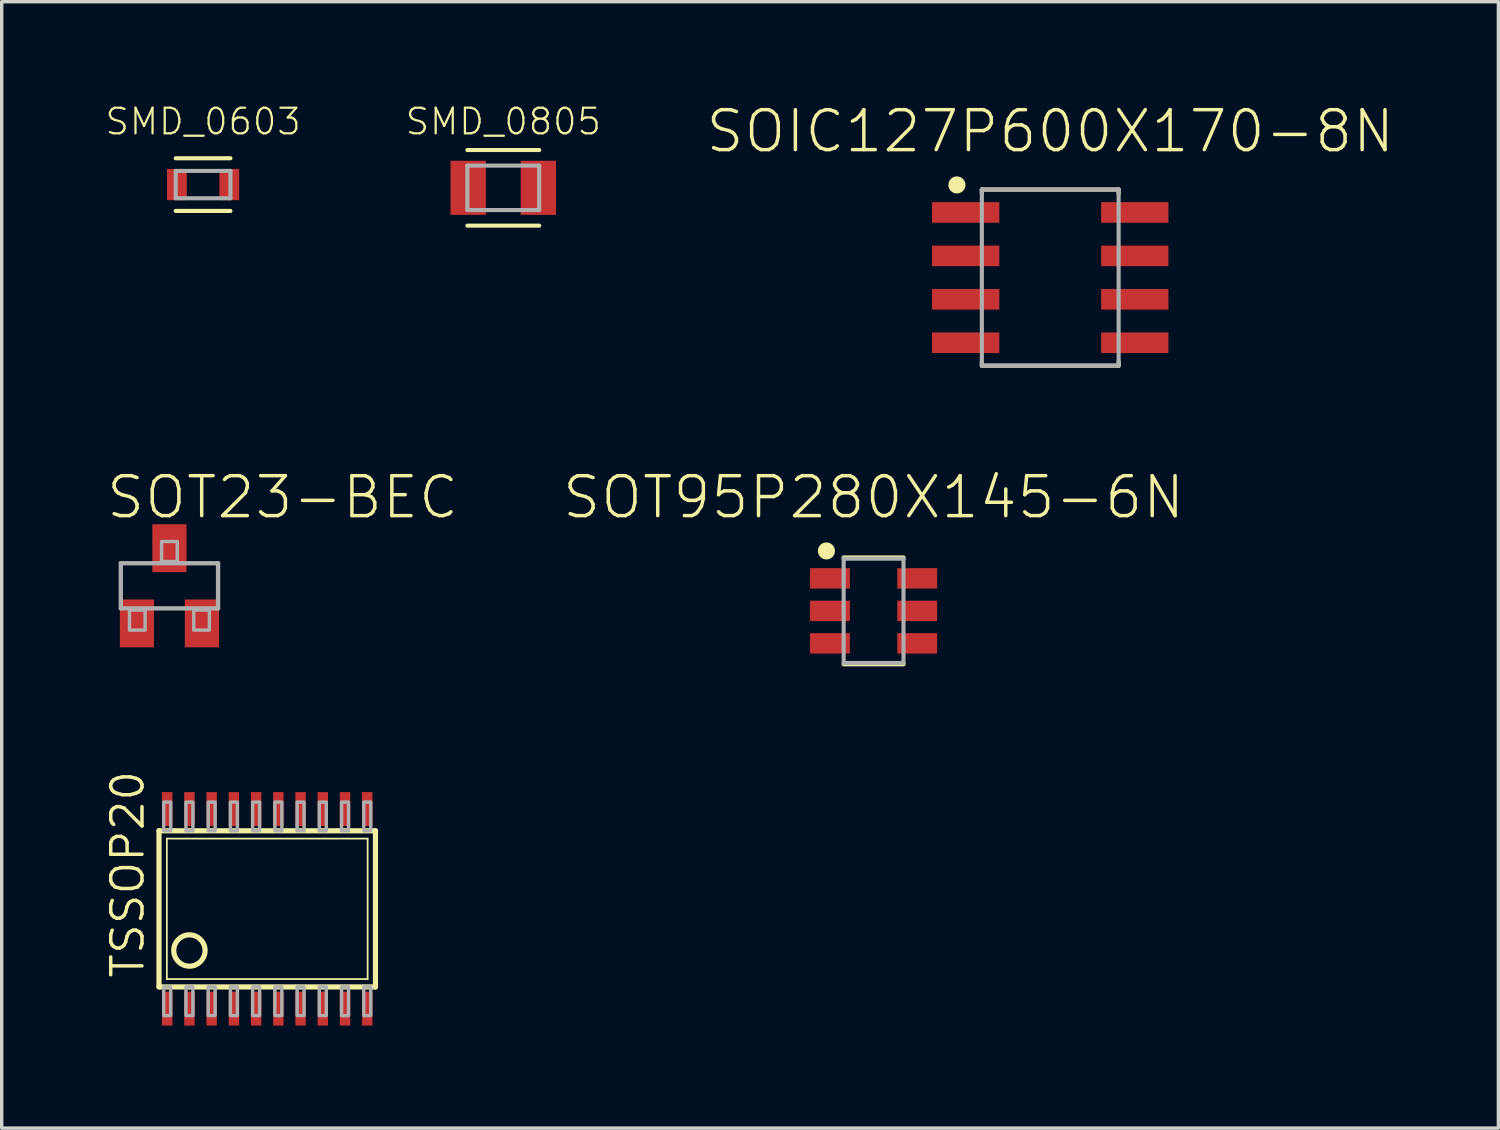
<source format=kicad_pcb>
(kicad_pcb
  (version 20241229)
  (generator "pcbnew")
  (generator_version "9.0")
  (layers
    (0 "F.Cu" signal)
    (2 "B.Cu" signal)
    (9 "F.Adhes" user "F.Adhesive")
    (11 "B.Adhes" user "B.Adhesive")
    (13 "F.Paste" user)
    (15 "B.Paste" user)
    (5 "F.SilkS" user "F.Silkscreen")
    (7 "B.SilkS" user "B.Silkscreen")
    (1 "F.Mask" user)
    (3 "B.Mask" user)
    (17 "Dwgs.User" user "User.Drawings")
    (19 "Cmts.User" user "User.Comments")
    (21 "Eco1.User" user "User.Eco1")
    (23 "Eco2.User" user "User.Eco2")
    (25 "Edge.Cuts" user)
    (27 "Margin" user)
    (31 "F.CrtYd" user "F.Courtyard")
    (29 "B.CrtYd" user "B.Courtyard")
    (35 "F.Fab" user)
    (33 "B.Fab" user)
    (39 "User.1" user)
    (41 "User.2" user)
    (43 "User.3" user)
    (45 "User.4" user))
  (footprint "SOT95P280X145-6N"
    (layer "F.Cu")
    (at 22.497 14.814)
    (property "Reference" "SOT95P280X145-6N" (at 0 -2.638 0) (layer "F.SilkS") (effects (font (size 1.168 1.168) (thickness 0.102)) (justify bottom)))
    (fp_line (start -0.875 -1.562) (end 0.875 -1.562) (stroke (width 0.12) (type solid)) (layer "F.SilkS"))
    (fp_line (start -0.875 1.562) (end 0.875 1.562) (stroke (width 0.12) (type solid)) (layer "F.SilkS"))
    (fp_circle (center -1.379 -1.752) (end -1.254 -1.752) (stroke (width 0.25) (type solid)) (fill yes) (layer "F.SilkS"))
    (fp_line (start -0.875 -1.525) (end 0.875 -1.525) (stroke (width 0.12) (type solid)) (layer "F.Fab"))
    (fp_line (start -0.875 1.525) (end -0.875 -1.525) (stroke (width 0.12) (type solid)) (layer "F.Fab"))
    (fp_line (start 0.875 -1.525) (end 0.875 1.525) (stroke (width 0.12) (type solid)) (layer "F.Fab"))
    (fp_line (start 0.875 1.525) (end -0.875 1.525) (stroke (width 0.12) (type solid)) (layer "F.Fab"))
    (pad "1" smd rect (at -1.275 -0.95) (size 1.165 0.597) (layers "F.Cu" "F.Mask" "F.Paste"))
    (pad "2" smd rect (at -1.275 0) (size 1.165 0.597) (layers "F.Cu" "F.Mask" "F.Paste"))
    (pad "3" smd rect (at -1.275 0.95) (size 1.165 0.597) (layers "F.Cu" "F.Mask" "F.Paste"))
    (pad "4" smd rect (at 1.275 0.95) (size 1.165 0.597) (layers "F.Cu" "F.Mask" "F.Paste"))
    (pad "5" smd rect (at 1.275 0) (size 1.165 0.597) (layers "F.Cu" "F.Mask" "F.Paste"))
    (pad "6" smd rect (at 1.275 -0.95) (size 1.165 0.597) (layers "F.Cu" "F.Mask" "F.Paste")))
  (footprint "TSSOP20"
    (layer "F.Cu")
    (at 4.765 23.528)
    (property "Reference" "TSSOP20" (at -3.546 2.083 90) (layer "F.SilkS") (effects (font (size 0.914 0.914) (thickness 0.102)) (justify left bottom)))
    (fp_line (start -3.165 2.283) (end -3.165 -2.283) (stroke (width 0.152) (type solid)) (layer "F.SilkS"))
    (fp_line (start -3.165 2.283) (end 3.165 2.283) (stroke (width 0.152) (type solid)) (layer "F.SilkS"))
    (fp_line (start -2.936 2.054) (end -2.936 -2.054) (stroke (width 0.051) (type solid)) (layer "F.SilkS"))
    (fp_line (start -2.936 2.054) (end 2.936 2.054) (stroke (width 0.051) (type solid)) (layer "F.SilkS"))
    (fp_line (start 2.936 -2.054) (end -2.936 -2.054) (stroke (width 0.051) (type solid)) (layer "F.SilkS"))
    (fp_line (start 2.936 -2.054) (end 2.936 2.054) (stroke (width 0.051) (type solid)) (layer "F.SilkS"))
    (fp_line (start 3.165 -2.283) (end -3.165 -2.283) (stroke (width 0.152) (type solid)) (layer "F.SilkS"))
    (fp_line (start 3.165 -2.283) (end 3.165 2.283) (stroke (width 0.152) (type solid)) (layer "F.SilkS"))
    (fp_circle (center -2.276 1.219) (end -1.818 1.219) (stroke (width 0.152) (type solid)) (fill no) (layer "F.SilkS"))
    (fp_poly (pts (xy -3.027 -2.283) (xy -2.823 -2.283) (xy -2.823 -3.121) (xy -3.027 -3.121)) (stroke (width 0.1) (type solid)) (fill no) (layer "F.Fab"))
    (fp_poly (pts (xy -3.027 3.121) (xy -2.823 3.121) (xy -2.823 2.283) (xy -3.027 2.283)) (stroke (width 0.1) (type solid)) (fill no) (layer "F.Fab"))
    (fp_poly (pts (xy -2.377 -2.283) (xy -2.173 -2.283) (xy -2.173 -3.121) (xy -2.377 -3.121)) (stroke (width 0.1) (type solid)) (fill no) (layer "F.Fab"))
    (fp_poly (pts (xy -2.377 3.121) (xy -2.173 3.121) (xy -2.173 2.283) (xy -2.377 2.283)) (stroke (width 0.1) (type solid)) (fill no) (layer "F.Fab"))
    (fp_poly (pts (xy -1.727 -2.283) (xy -1.523 -2.283) (xy -1.523 -3.121) (xy -1.727 -3.121)) (stroke (width 0.1) (type solid)) (fill no) (layer "F.Fab"))
    (fp_poly (pts (xy -1.727 3.121) (xy -1.523 3.121) (xy -1.523 2.283) (xy -1.727 2.283)) (stroke (width 0.1) (type solid)) (fill no) (layer "F.Fab"))
    (fp_poly (pts (xy -1.077 -2.283) (xy -0.873 -2.283) (xy -0.873 -3.121) (xy -1.077 -3.121)) (stroke (width 0.1) (type solid)) (fill no) (layer "F.Fab"))
    (fp_poly (pts (xy -1.077 3.121) (xy -0.873 3.121) (xy -0.873 2.283) (xy -1.077 2.283)) (stroke (width 0.1) (type solid)) (fill no) (layer "F.Fab"))
    (fp_poly (pts (xy -0.427 -2.283) (xy -0.223 -2.283) (xy -0.223 -3.121) (xy -0.427 -3.121)) (stroke (width 0.1) (type solid)) (fill no) (layer "F.Fab"))
    (fp_poly (pts (xy -0.427 3.121) (xy -0.223 3.121) (xy -0.223 2.283) (xy -0.427 2.283)) (stroke (width 0.1) (type solid)) (fill no) (layer "F.Fab"))
    (fp_poly (pts (xy 0.223 -2.283) (xy 0.427 -2.283) (xy 0.427 -3.121) (xy 0.223 -3.121)) (stroke (width 0.1) (type solid)) (fill no) (layer "F.Fab"))
    (fp_poly (pts (xy 0.223 3.121) (xy 0.427 3.121) (xy 0.427 2.283) (xy 0.223 2.283)) (stroke (width 0.1) (type solid)) (fill no) (layer "F.Fab"))
    (fp_poly (pts (xy 0.873 -2.283) (xy 1.077 -2.283) (xy 1.077 -3.121) (xy 0.873 -3.121)) (stroke (width 0.1) (type solid)) (fill no) (layer "F.Fab"))
    (fp_poly (pts (xy 0.873 3.121) (xy 1.077 3.121) (xy 1.077 2.283) (xy 0.873 2.283)) (stroke (width 0.1) (type solid)) (fill no) (layer "F.Fab"))
    (fp_poly (pts (xy 1.523 -2.283) (xy 1.727 -2.283) (xy 1.727 -3.121) (xy 1.523 -3.121)) (stroke (width 0.1) (type solid)) (fill no) (layer "F.Fab"))
    (fp_poly (pts (xy 1.523 3.121) (xy 1.727 3.121) (xy 1.727 2.283) (xy 1.523 2.283)) (stroke (width 0.1) (type solid)) (fill no) (layer "F.Fab"))
    (fp_poly (pts (xy 2.173 -2.283) (xy 2.377 -2.283) (xy 2.377 -3.121) (xy 2.173 -3.121)) (stroke (width 0.1) (type solid)) (fill no) (layer "F.Fab"))
    (fp_poly (pts (xy 2.173 3.121) (xy 2.377 3.121) (xy 2.377 2.283) (xy 2.173 2.283)) (stroke (width 0.1) (type solid)) (fill no) (layer "F.Fab"))
    (fp_poly (pts (xy 2.823 -2.283) (xy 3.027 -2.283) (xy 3.027 -3.121) (xy 2.823 -3.121)) (stroke (width 0.1) (type solid)) (fill no) (layer "F.Fab"))
    (fp_poly (pts (xy 2.823 3.121) (xy 3.027 3.121) (xy 3.027 2.283) (xy 2.823 2.283)) (stroke (width 0.1) (type solid)) (fill no) (layer "F.Fab"))
    (pad "1" smd rect (at -2.925 2.918) (size 0.305 0.991) (layers "F.Cu" "F.Mask" "F.Paste"))
    (pad "2" smd rect (at -2.275 2.918) (size 0.305 0.991) (layers "F.Cu" "F.Mask" "F.Paste"))
    (pad "3" smd rect (at -1.625 2.918) (size 0.305 0.991) (layers "F.Cu" "F.Mask" "F.Paste"))
    (pad "4" smd rect (at -0.975 2.918) (size 0.305 0.991) (layers "F.Cu" "F.Mask" "F.Paste"))
    (pad "5" smd rect (at -0.325 2.918) (size 0.305 0.991) (layers "F.Cu" "F.Mask" "F.Paste"))
    (pad "6" smd rect (at 0.325 2.918) (size 0.305 0.991) (layers "F.Cu" "F.Mask" "F.Paste"))
    (pad "7" smd rect (at 0.975 2.918) (size 0.305 0.991) (layers "F.Cu" "F.Mask" "F.Paste"))
    (pad "8" smd rect (at 1.625 2.918) (size 0.305 0.991) (layers "F.Cu" "F.Mask" "F.Paste"))
    (pad "9" smd rect (at 2.275 2.918) (size 0.305 0.991) (layers "F.Cu" "F.Mask" "F.Paste"))
    (pad "10" smd rect (at 2.925 2.918) (size 0.305 0.991) (layers "F.Cu" "F.Mask" "F.Paste"))
    (pad "11" smd rect (at 2.925 -2.918) (size 0.305 0.991) (layers "F.Cu" "F.Mask" "F.Paste"))
    (pad "12" smd rect (at 2.275 -2.918) (size 0.305 0.991) (layers "F.Cu" "F.Mask" "F.Paste"))
    (pad "13" smd rect (at 1.625 -2.918) (size 0.305 0.991) (layers "F.Cu" "F.Mask" "F.Paste"))
    (pad "14" smd rect (at 0.975 -2.918) (size 0.305 0.991) (layers "F.Cu" "F.Mask" "F.Paste"))
    (pad "15" smd rect (at 0.325 -2.918) (size 0.305 0.991) (layers "F.Cu" "F.Mask" "F.Paste"))
    (pad "16" smd rect (at -0.325 -2.918) (size 0.305 0.991) (layers "F.Cu" "F.Mask" "F.Paste"))
    (pad "17" smd rect (at -0.975 -2.918) (size 0.305 0.991) (layers "F.Cu" "F.Mask" "F.Paste"))
    (pad "18" smd rect (at -1.625 -2.918) (size 0.305 0.991) (layers "F.Cu" "F.Mask" "F.Paste"))
    (pad "19" smd rect (at -2.275 -2.918) (size 0.305 0.991) (layers "F.Cu" "F.Mask" "F.Paste"))
    (pad "20" smd rect (at -2.925 -2.918) (size 0.305 0.991) (layers "F.Cu" "F.Mask" "F.Paste")))
  (footprint "SMD_0603"
    (layer "F.Cu")
    (at 2.889 2.348)
    (property "Reference" "SMD_0603" (at 0 -1.405 0) (layer "F.SilkS") (effects (font (size 0.748 0.748) (thickness 0.065)) (justify bottom)))
    (fp_line (start 0.8 -0.77) (end -0.8 -0.77) (stroke (width 0.12) (type solid)) (layer "F.SilkS"))
    (fp_line (start 0.8 0.77) (end -0.8 0.77) (stroke (width 0.12) (type solid)) (layer "F.SilkS"))
    (fp_line (start -0.8 -0.4) (end 0.8 -0.4) (stroke (width 0.12) (type solid)) (layer "F.Fab"))
    (fp_line (start -0.8 0.4) (end -0.8 -0.4) (stroke (width 0.12) (type solid)) (layer "F.Fab"))
    (fp_line (start 0.8 -0.4) (end 0.8 0.4) (stroke (width 0.12) (type solid)) (layer "F.Fab"))
    (fp_line (start 0.8 0.4) (end -0.8 0.4) (stroke (width 0.12) (type solid)) (layer "F.Fab"))
    (pad "1" smd rect (at -0.766 0) (size 0.579 0.912) (layers "F.Cu" "F.Mask" "F.Paste"))
    (pad "2" smd rect (at 0.766 0) (size 0.579 0.912) (layers "F.Cu" "F.Mask" "F.Paste")))
  (footprint "SOIC127P600X170-8N"
    (layer "F.Cu")
    (at 27.663 5.068)
    (property "Reference" "SOIC127P600X170-8N" (at 0 -3.595 0) (layer "F.SilkS") (effects (font (size 1.168 1.168) (thickness 0.102)) (justify bottom)))
    (fp_line (start -2 -2.575) (end 2 -2.575) (stroke (width 0.12) (type solid)) (layer "F.SilkS"))
    (fp_line (start -2 -2.46) (end -2 -2.575) (stroke (width 0.12) (type solid)) (layer "F.SilkS"))
    (fp_line (start -2 2.46) (end -2 2.575) (stroke (width 0.12) (type solid)) (layer "F.SilkS"))
    (fp_line (start -2 2.575) (end 2 2.575) (stroke (width 0.12) (type solid)) (layer "F.SilkS"))
    (fp_line (start 2 -2.575) (end 2 -2.46) (stroke (width 0.12) (type solid)) (layer "F.SilkS"))
    (fp_line (start 2 2.575) (end 2 2.46) (stroke (width 0.12) (type solid)) (layer "F.SilkS"))
    (fp_circle (center -2.729 -2.71) (end -2.604 -2.71) (stroke (width 0.25) (type solid)) (fill yes) (layer "F.SilkS"))
    (fp_line (start -2 -2.575) (end 2 -2.575) (stroke (width 0.12) (type solid)) (layer "F.Fab"))
    (fp_line (start -2 2.575) (end -2 -2.575) (stroke (width 0.12) (type solid)) (layer "F.Fab"))
    (fp_line (start 2 -2.575) (end 2 2.575) (stroke (width 0.12) (type solid)) (layer "F.Fab"))
    (fp_line (start 2 2.575) (end -2 2.575) (stroke (width 0.12) (type solid)) (layer "F.Fab"))
    (pad "1" smd rect (at -2.473 -1.905) (size 1.968 0.602) (layers "F.Cu" "F.Mask" "F.Paste"))
    (pad "2" smd rect (at -2.473 -0.635) (size 1.968 0.602) (layers "F.Cu" "F.Mask" "F.Paste"))
    (pad "3" smd rect (at -2.473 0.635) (size 1.968 0.602) (layers "F.Cu" "F.Mask" "F.Paste"))
    (pad "4" smd rect (at -2.473 1.905) (size 1.968 0.602) (layers "F.Cu" "F.Mask" "F.Paste"))
    (pad "5" smd rect (at 2.473 1.905) (size 1.968 0.602) (layers "F.Cu" "F.Mask" "F.Paste"))
    (pad "6" smd rect (at 2.473 0.635) (size 1.968 0.602) (layers "F.Cu" "F.Mask" "F.Paste"))
    (pad "7" smd rect (at 2.473 -0.635) (size 1.968 0.602) (layers "F.Cu" "F.Mask" "F.Paste"))
    (pad "8" smd rect (at 2.473 -1.905) (size 1.968 0.602) (layers "F.Cu" "F.Mask" "F.Paste")))
  (footprint "SOT23-BEC"
    (layer "F.Cu")
    (at 1.905 14.081)
    (property "Reference" "SOT23-BEC" (at -1.905 -1.905 0) (layer "F.SilkS") (effects (font (size 1.168 1.168) (thickness 0.102)) (justify left bottom)))
    (fp_line (start -1.422 -0.66) (end 1.422 -0.66) (stroke (width 0.127) (type solid)) (layer "F.Fab"))
    (fp_line (start -1.422 0.66) (end -1.422 -0.66) (stroke (width 0.127) (type solid)) (layer "F.Fab"))
    (fp_line (start 1.422 -0.66) (end 1.422 0.66) (stroke (width 0.127) (type solid)) (layer "F.Fab"))
    (fp_line (start 1.422 0.66) (end -1.422 0.66) (stroke (width 0.127) (type solid)) (layer "F.Fab"))
    (fp_poly (pts (xy -1.168 1.295) (xy -0.711 1.295) (xy -0.711 0.711) (xy -1.168 0.711)) (stroke (width 0.1) (type solid)) (fill no) (layer "F.Fab"))
    (fp_poly (pts (xy -0.229 -0.711) (xy 0.229 -0.711) (xy 0.229 -1.295) (xy -0.229 -1.295)) (stroke (width 0.1) (type solid)) (fill no) (layer "F.Fab"))
    (fp_poly (pts (xy 0.711 1.295) (xy 1.168 1.295) (xy 1.168 0.711) (xy 0.711 0.711)) (stroke (width 0.1) (type solid)) (fill no) (layer "F.Fab"))
    (pad "B" smd rect (at -0.95 1.1) (size 1 1.4) (layers "F.Cu" "F.Mask" "F.Paste"))
    (pad "C" smd rect (at 0 -1.1) (size 1 1.4) (layers "F.Cu" "F.Mask" "F.Paste"))
    (pad "E" smd rect (at 0.95 1.1) (size 1 1.4) (layers "F.Cu" "F.Mask" "F.Paste")))
  (footprint "SMD_0805"
    (layer "F.Cu")
    (at 11.668 2.443)
    (property "Reference" "SMD_0805" (at 0 -1.5 0) (layer "F.SilkS") (effects (font (size 0.748 0.748) (thickness 0.065)) (justify bottom)))
    (fp_line (start 1.05 -1.105) (end -1.05 -1.105) (stroke (width 0.12) (type solid)) (layer "F.SilkS"))
    (fp_line (start 1.05 1.105) (end -1.05 1.105) (stroke (width 0.12) (type solid)) (layer "F.SilkS"))
    (fp_line (start -1.05 -0.65) (end 1.05 -0.65) (stroke (width 0.12) (type solid)) (layer "F.Fab"))
    (fp_line (start -1.05 0.65) (end -1.05 -0.65) (stroke (width 0.12) (type solid)) (layer "F.Fab"))
    (fp_line (start 1.05 -0.65) (end 1.05 0.65) (stroke (width 0.12) (type solid)) (layer "F.Fab"))
    (fp_line (start 1.05 0.65) (end -1.05 0.65) (stroke (width 0.12) (type solid)) (layer "F.Fab"))
    (pad "1" smd rect (at -1.025 0) (size 1.033 1.583) (layers "F.Cu" "F.Mask" "F.Paste"))
    (pad "2" smd rect (at 1.025 0) (size 1.033 1.583) (layers "F.Cu" "F.Mask" "F.Paste")))
  (gr_rect
    (start -3 -3)
    (end 40.769 29.941)
    (stroke (width 0.1) (type default))
    (fill no)
    (layer "Edge.Cuts")))
</source>
